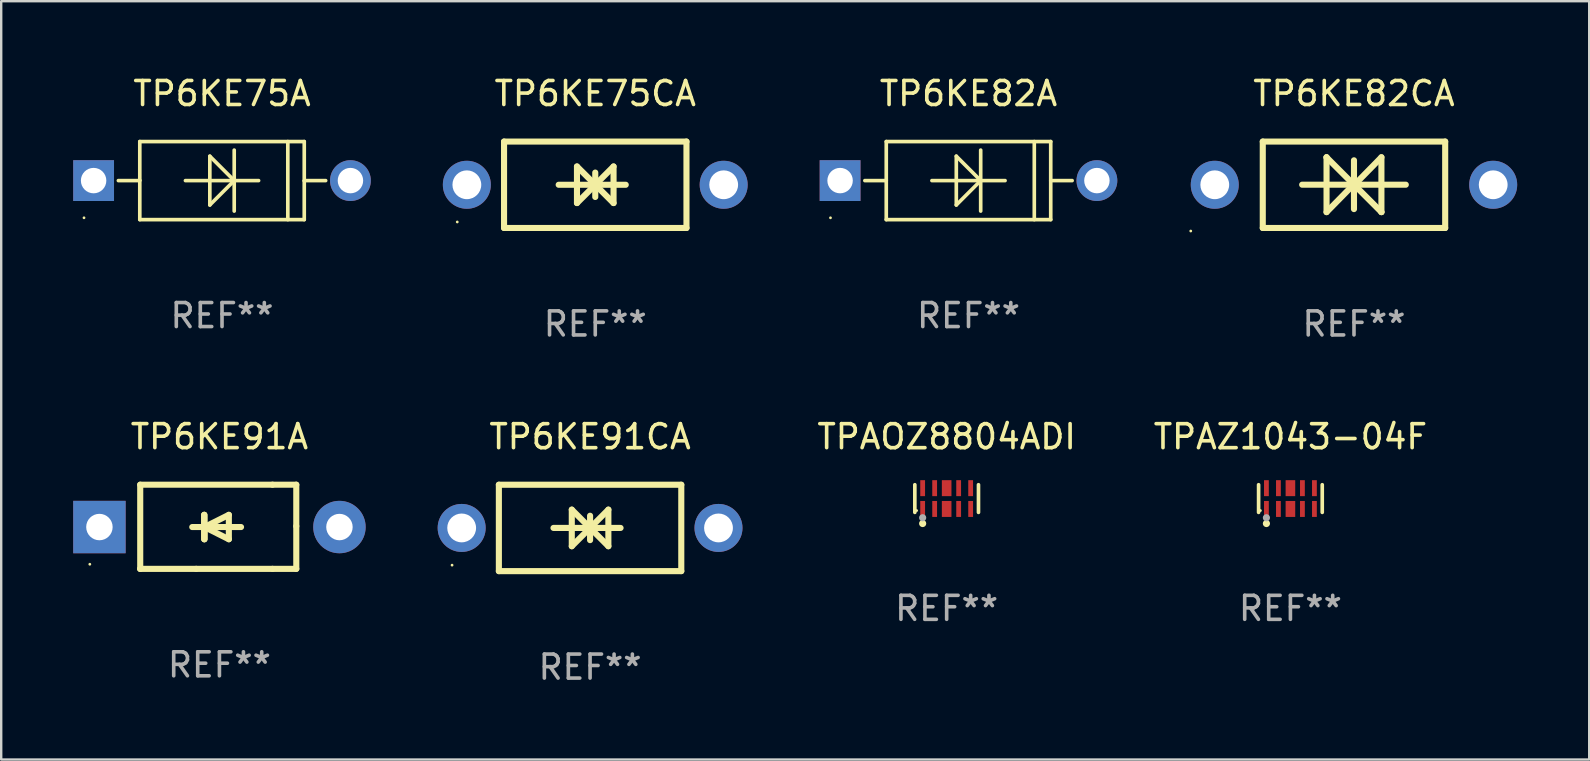
<source format=kicad_pcb>
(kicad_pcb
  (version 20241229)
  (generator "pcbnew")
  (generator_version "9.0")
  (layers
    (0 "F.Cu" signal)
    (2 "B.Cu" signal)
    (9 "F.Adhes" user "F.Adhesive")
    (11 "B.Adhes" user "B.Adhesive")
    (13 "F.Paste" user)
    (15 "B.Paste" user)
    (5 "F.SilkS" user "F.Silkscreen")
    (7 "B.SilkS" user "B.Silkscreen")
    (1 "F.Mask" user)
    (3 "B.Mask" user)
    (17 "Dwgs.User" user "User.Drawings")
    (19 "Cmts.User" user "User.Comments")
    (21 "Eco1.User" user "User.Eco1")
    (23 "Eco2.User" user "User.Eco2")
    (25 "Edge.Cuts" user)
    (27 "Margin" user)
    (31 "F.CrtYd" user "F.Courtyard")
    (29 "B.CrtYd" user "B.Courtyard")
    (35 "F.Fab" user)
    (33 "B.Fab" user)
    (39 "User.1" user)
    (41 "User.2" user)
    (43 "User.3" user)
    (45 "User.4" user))
  (footprint "TP6KE91CA"
    (layer "F.Cu")
    (at 21.534 18.945)
    (property "Reference" "TP6KE91CA" (at 0 -3.8 0) (layer "F.SilkS") (effects (font (size 1 1) (thickness 0.15))))
    (attr through_hole)
    (fp_line (start -3.8 -1.8) (end -3.8 1.8) (stroke (width 0.254) (type solid)) (layer "F.SilkS"))
    (fp_line (start -3.8 -1.8) (end 3.8 -1.8) (stroke (width 0.254) (type solid)) (layer "F.SilkS"))
    (fp_line (start -3.8 1.8) (end 3.8 1.8) (stroke (width 0.254) (type solid)) (layer "F.SilkS"))
    (fp_line (start -1.524 0) (end 1.27 0) (stroke (width 0.254) (type solid)) (layer "F.SilkS"))
    (fp_line (start -0.762 -0.762) (end 0.762 0.762) (stroke (width 0.254) (type solid)) (layer "F.SilkS"))
    (fp_line (start -0.762 0.762) (end -0.762 -0.762) (stroke (width 0.254) (type solid)) (layer "F.SilkS"))
    (fp_line (start 0 -0.508) (end 0 0.508) (stroke (width 0.254) (type solid)) (layer "F.SilkS"))
    (fp_line (start 0.762 -0.762) (end -0.762 0.762) (stroke (width 0.254) (type solid)) (layer "F.SilkS"))
    (fp_line (start 0.762 0.762) (end 0.762 -0.762) (stroke (width 0.254) (type solid)) (layer "F.SilkS"))
    (fp_line (start 3.8 -1.8) (end 3.8 1.8) (stroke (width 0.254) (type solid)) (layer "F.SilkS"))
    (fp_circle (center -5.75 1.55) (end -5.72 1.55) (stroke (width 0.06) (type solid)) (fill no) (layer "F.SilkS"))
    (fp_text user "REF**" (at 0 5.8 0) (layer "F.Fab") (effects (font (size 1 1) (thickness 0.15))))
    (pad "1" thru_hole circle (at -5.35 0) (size 2 2) (drill 1.2) (layers "*.Cu" "*.Mask"))
    (pad "2" thru_hole circle (at 5.35 0) (size 2 2) (drill 1.2) (layers "*.Cu" "*.Mask")))
  (footprint "TPAZ1043-04F"
    (layer "F.Cu")
    (at 50.712 17.721)
    (property "Reference" "TPAZ1043-04F" (at 0 -2.576 0) (layer "F.SilkS") (effects (font (size 1 1) (thickness 0.15))))
    (attr through_hole)
    (fp_line (start -1.326 0.576) (end -1.326 -0.576) (stroke (width 0.152) (type solid)) (layer "F.SilkS"))
    (fp_line (start 1.326 0.576) (end 1.326 -0.576) (stroke (width 0.152) (type solid)) (layer "F.SilkS"))
    (fp_circle (center -1.25 0.5) (end -1.22 0.5) (stroke (width 0.06) (type solid)) (fill no) (layer "F.SilkS"))
    (fp_circle (center -1 1.04) (end -0.925 1.04) (stroke (width 0.15) (type solid)) (fill no) (layer "F.SilkS"))
    (fp_circle (center -1 0.8) (end -0.925 0.8) (stroke (width 0.15) (type solid)) (fill no) (layer "F.Fab"))
    (fp_text user "REF**" (at 0 4.576 0) (layer "F.Fab") (effects (font (size 1 1) (thickness 0.15))))
    (pad "1" smd rect (at -1 0.433) (size 0.2 0.665) (layers "F.Cu" "F.Mask" "F.Paste"))
    (pad "2" smd rect (at -0.5 0.433) (size 0.2 0.665) (layers "F.Cu" "F.Mask" "F.Paste"))
    (pad "3" smd rect (at 0 0.433) (size 0.4 0.665) (layers "F.Cu" "F.Mask" "F.Paste"))
    (pad "4" smd rect (at 0.5 0.433) (size 0.2 0.665) (layers "F.Cu" "F.Mask" "F.Paste"))
    (pad "5" smd rect (at 1 0.433) (size 0.2 0.665) (layers "F.Cu" "F.Mask" "F.Paste"))
    (pad "6" smd rect (at 1 -0.433) (size 0.2 0.665) (layers "F.Cu" "F.Mask" "F.Paste"))
    (pad "7" smd rect (at 0.5 -0.433) (size 0.2 0.665) (layers "F.Cu" "F.Mask" "F.Paste"))
    (pad "8" smd rect (at 0 -0.433) (size 0.4 0.665) (layers "F.Cu" "F.Mask" "F.Paste"))
    (pad "9" smd rect (at -0.5 -0.433) (size 0.2 0.665) (layers "F.Cu" "F.Mask" "F.Paste"))
    (pad "10" smd rect (at -1 -0.433) (size 0.2 0.665) (layers "F.Cu" "F.Mask" "F.Paste")))
  (footprint "TP6KE75CA"
    (layer "F.Cu")
    (at 21.75 4.648)
    (property "Reference" "TP6KE75CA" (at 0 -3.8 0) (layer "F.SilkS") (effects (font (size 1 1) (thickness 0.15))))
    (attr through_hole)
    (fp_line (start -3.8 -1.8) (end -3.8 1.8) (stroke (width 0.254) (type solid)) (layer "F.SilkS"))
    (fp_line (start -3.8 -1.8) (end 3.8 -1.8) (stroke (width 0.254) (type solid)) (layer "F.SilkS"))
    (fp_line (start -3.8 1.8) (end 3.8 1.8) (stroke (width 0.254) (type solid)) (layer "F.SilkS"))
    (fp_line (start -1.524 0) (end 1.27 0) (stroke (width 0.254) (type solid)) (layer "F.SilkS"))
    (fp_line (start -0.762 -0.762) (end 0.762 0.762) (stroke (width 0.254) (type solid)) (layer "F.SilkS"))
    (fp_line (start -0.762 0.762) (end -0.762 -0.762) (stroke (width 0.254) (type solid)) (layer "F.SilkS"))
    (fp_line (start 0 -0.508) (end 0 0.508) (stroke (width 0.254) (type solid)) (layer "F.SilkS"))
    (fp_line (start 0.762 -0.762) (end -0.762 0.762) (stroke (width 0.254) (type solid)) (layer "F.SilkS"))
    (fp_line (start 0.762 0.762) (end 0.762 -0.762) (stroke (width 0.254) (type solid)) (layer "F.SilkS"))
    (fp_line (start 3.8 -1.8) (end 3.8 1.8) (stroke (width 0.254) (type solid)) (layer "F.SilkS"))
    (fp_circle (center -5.75 1.55) (end -5.72 1.55) (stroke (width 0.06) (type solid)) (fill no) (layer "F.SilkS"))
    (fp_text user "REF**" (at 0 5.8 0) (layer "F.Fab") (effects (font (size 1 1) (thickness 0.15))))
    (pad "1" thru_hole circle (at -5.35 0) (size 2 2) (drill 1.2) (layers "*.Cu" "*.Mask"))
    (pad "2" thru_hole circle (at 5.35 0) (size 2 2) (drill 1.2) (layers "*.Cu" "*.Mask")))
  (footprint "TP6KE82CA"
    (layer "F.Cu")
    (at 53.36 4.648)
    (property "Reference" "TP6KE82CA" (at 0 -3.8 0) (layer "F.SilkS") (effects (font (size 1 1) (thickness 0.15))))
    (attr through_hole)
    (fp_line (start -3.8 -1.8) (end -3.8 1.8) (stroke (width 0.254) (type solid)) (layer "F.SilkS"))
    (fp_line (start -3.8 -1.8) (end 3.8 -1.8) (stroke (width 0.254) (type solid)) (layer "F.SilkS"))
    (fp_line (start -3.8 1.8) (end 3.8 1.8) (stroke (width 0.254) (type solid)) (layer "F.SilkS"))
    (fp_line (start -2.159 -0.003) (end 2.159 -0.003) (stroke (width 0.254) (type solid)) (layer "F.SilkS"))
    (fp_line (start -1.143 -1.146) (end -1.143 1.14) (stroke (width 0.254) (type solid)) (layer "F.SilkS"))
    (fp_line (start -1.143 -1.143) (end -1.143 -1.146) (stroke (width 0.254) (type solid)) (layer "F.SilkS"))
    (fp_line (start 0 -1.019) (end 0 1.013) (stroke (width 0.254) (type solid)) (layer "F.SilkS"))
    (fp_line (start 0 -0.026) (end -1.143 1.14) (stroke (width 0.254) (type solid)) (layer "F.SilkS"))
    (fp_line (start 0 -0.006) (end 1.143 1.137) (stroke (width 0.254) (type solid)) (layer "F.SilkS"))
    (fp_line (start 0 0) (end -1.143 -1.143) (stroke (width 0.254) (type solid)) (layer "F.SilkS"))
    (fp_line (start 0 0.02) (end 1.143 -1.146) (stroke (width 0.254) (type solid)) (layer "F.SilkS"))
    (fp_line (start 1.143 1.137) (end 1.143 1.14) (stroke (width 0.254) (type solid)) (layer "F.SilkS"))
    (fp_line (start 1.143 1.14) (end 1.143 -1.146) (stroke (width 0.254) (type solid)) (layer "F.SilkS"))
    (fp_line (start 3.8 -1.8) (end 3.8 1.8) (stroke (width 0.254) (type solid)) (layer "F.SilkS"))
    (fp_circle (center -6.8 1.927) (end -6.77 1.927) (stroke (width 0.06) (type solid)) (fill no) (layer "F.SilkS"))
    (fp_text user "REF**" (at 0 5.8 0) (layer "F.Fab") (effects (font (size 1 1) (thickness 0.15))))
    (pad "1" thru_hole circle (at -5.8 0) (size 2 2) (drill 1.2) (layers "*.Cu" "*.Mask"))
    (pad "2" thru_hole circle (at 5.8 0) (size 2 2) (drill 1.2) (layers "*.Cu" "*.Mask")))
  (footprint "TPAOZ8804ADI"
    (layer "F.Cu")
    (at 36.39 17.721)
    (property "Reference" "TPAOZ8804ADI" (at 0 -2.576 0) (layer "F.SilkS") (effects (font (size 1 1) (thickness 0.15))))
    (attr through_hole)
    (fp_line (start -1.326 0.576) (end -1.326 -0.576) (stroke (width 0.152) (type solid)) (layer "F.SilkS"))
    (fp_line (start 1.326 0.576) (end 1.326 -0.576) (stroke (width 0.152) (type solid)) (layer "F.SilkS"))
    (fp_circle (center -1.25 0.5) (end -1.22 0.5) (stroke (width 0.06) (type solid)) (fill no) (layer "F.SilkS"))
    (fp_circle (center -1 1.04) (end -0.925 1.04) (stroke (width 0.15) (type solid)) (fill no) (layer "F.SilkS"))
    (fp_circle (center -1 0.8) (end -0.925 0.8) (stroke (width 0.15) (type solid)) (fill no) (layer "F.Fab"))
    (fp_text user "REF**" (at 0 4.576 0) (layer "F.Fab") (effects (font (size 1 1) (thickness 0.15))))
    (pad "1" smd rect (at -1 0.433) (size 0.2 0.665) (layers "F.Cu" "F.Mask" "F.Paste"))
    (pad "2" smd rect (at -0.5 0.433) (size 0.2 0.665) (layers "F.Cu" "F.Mask" "F.Paste"))
    (pad "3" smd rect (at 0 0.433) (size 0.4 0.665) (layers "F.Cu" "F.Mask" "F.Paste"))
    (pad "4" smd rect (at 0.5 0.433) (size 0.2 0.665) (layers "F.Cu" "F.Mask" "F.Paste"))
    (pad "5" smd rect (at 1 0.433) (size 0.2 0.665) (layers "F.Cu" "F.Mask" "F.Paste"))
    (pad "6" smd rect (at 1 -0.433) (size 0.2 0.665) (layers "F.Cu" "F.Mask" "F.Paste"))
    (pad "7" smd rect (at 0.5 -0.433) (size 0.2 0.665) (layers "F.Cu" "F.Mask" "F.Paste"))
    (pad "8" smd rect (at 0 -0.433) (size 0.4 0.665) (layers "F.Cu" "F.Mask" "F.Paste"))
    (pad "9" smd rect (at -0.5 -0.433) (size 0.2 0.665) (layers "F.Cu" "F.Mask" "F.Paste"))
    (pad "10" smd rect (at -1 -0.433) (size 0.2 0.665) (layers "F.Cu" "F.Mask" "F.Paste")))
  (footprint "TP6KE82A"
    (layer "F.Cu")
    (at 37.3 4.474)
    (property "Reference" "TP6KE82A" (at 0 -3.626 0) (layer "F.SilkS") (effects (font (size 1 1) (thickness 0.15))))
    (attr through_hole)
    (fp_line (start -3.436 0) (end -4.318 0) (stroke (width 0.152) (type solid)) (layer "F.SilkS"))
    (fp_line (start -3.426 -0.01) (end -3.436 0) (stroke (width 0.152) (type solid)) (layer "F.SilkS"))
    (fp_line (start -3.426 -1.626) (end 3.426 -1.626) (stroke (width 0.152) (type solid)) (layer "F.SilkS"))
    (fp_line (start -3.426 1.626) (end -3.426 -1.626) (stroke (width 0.152) (type solid)) (layer "F.SilkS"))
    (fp_line (start -0.508 -1.016) (end 0.508 0) (stroke (width 0.152) (type solid)) (layer "F.SilkS"))
    (fp_line (start -0.508 1.016) (end -0.508 -1.016) (stroke (width 0.152) (type solid)) (layer "F.SilkS"))
    (fp_line (start 0.508 0) (end -0.508 1.016) (stroke (width 0.152) (type solid)) (layer "F.SilkS"))
    (fp_line (start 0.508 1.27) (end 0.508 -1.27) (stroke (width 0.152) (type solid)) (layer "F.SilkS"))
    (fp_line (start 1.524 0) (end -1.524 0) (stroke (width 0.152) (type solid)) (layer "F.SilkS"))
    (fp_line (start 2.741 1.626) (end 2.741 -1.626) (stroke (width 0.152) (type solid)) (layer "F.SilkS"))
    (fp_line (start 3.426 -1.626) (end 3.426 1.626) (stroke (width 0.152) (type solid)) (layer "F.SilkS"))
    (fp_line (start 3.426 0.01) (end 3.436 0) (stroke (width 0.152) (type solid)) (layer "F.SilkS"))
    (fp_line (start 3.426 1.626) (end -3.426 1.626) (stroke (width 0.152) (type solid)) (layer "F.SilkS"))
    (fp_line (start 3.436 0) (end 4.318 0) (stroke (width 0.152) (type solid)) (layer "F.SilkS"))
    (fp_circle (center -5.75 1.55) (end -5.72 1.55) (stroke (width 0.06) (type solid)) (fill no) (layer "F.SilkS"))
    (fp_text user "REF**" (at 0 5.626 0) (layer "F.Fab") (effects (font (size 1 1) (thickness 0.15))))
    (pad "1" thru_hole rect (at -5.35 0) (size 1.7 1.7) (drill 1.06) (layers "*.Cu" "*.Mask"))
    (pad "2" thru_hole circle (at 5.35 0) (size 1.7 1.7) (drill 1.06) (layers "*.Cu" "*.Mask")))
  (footprint "TP6KE75A"
    (layer "F.Cu")
    (at 6.2 4.474)
    (property "Reference" "TP6KE75A" (at 0 -3.626 0) (layer "F.SilkS") (effects (font (size 1 1) (thickness 0.15))))
    (attr through_hole)
    (fp_line (start -3.436 0) (end -4.318 0) (stroke (width 0.152) (type solid)) (layer "F.SilkS"))
    (fp_line (start -3.426 -0.01) (end -3.436 0) (stroke (width 0.152) (type solid)) (layer "F.SilkS"))
    (fp_line (start -3.426 -1.626) (end 3.426 -1.626) (stroke (width 0.152) (type solid)) (layer "F.SilkS"))
    (fp_line (start -3.426 1.626) (end -3.426 -1.626) (stroke (width 0.152) (type solid)) (layer "F.SilkS"))
    (fp_line (start -0.508 -1.016) (end 0.508 0) (stroke (width 0.152) (type solid)) (layer "F.SilkS"))
    (fp_line (start -0.508 1.016) (end -0.508 -1.016) (stroke (width 0.152) (type solid)) (layer "F.SilkS"))
    (fp_line (start 0.508 0) (end -0.508 1.016) (stroke (width 0.152) (type solid)) (layer "F.SilkS"))
    (fp_line (start 0.508 1.27) (end 0.508 -1.27) (stroke (width 0.152) (type solid)) (layer "F.SilkS"))
    (fp_line (start 1.524 0) (end -1.524 0) (stroke (width 0.152) (type solid)) (layer "F.SilkS"))
    (fp_line (start 2.741 1.626) (end 2.741 -1.626) (stroke (width 0.152) (type solid)) (layer "F.SilkS"))
    (fp_line (start 3.426 -1.626) (end 3.426 1.626) (stroke (width 0.152) (type solid)) (layer "F.SilkS"))
    (fp_line (start 3.426 0.01) (end 3.436 0) (stroke (width 0.152) (type solid)) (layer "F.SilkS"))
    (fp_line (start 3.426 1.626) (end -3.426 1.626) (stroke (width 0.152) (type solid)) (layer "F.SilkS"))
    (fp_line (start 3.436 0) (end 4.318 0) (stroke (width 0.152) (type solid)) (layer "F.SilkS"))
    (fp_circle (center -5.75 1.55) (end -5.72 1.55) (stroke (width 0.06) (type solid)) (fill no) (layer "F.SilkS"))
    (fp_text user "REF**" (at 0 5.626 0) (layer "F.Fab") (effects (font (size 1 1) (thickness 0.15))))
    (pad "1" thru_hole rect (at -5.35 0) (size 1.7 1.7) (drill 1.06) (layers "*.Cu" "*.Mask"))
    (pad "2" thru_hole circle (at 5.35 0) (size 1.7 1.7) (drill 1.06) (layers "*.Cu" "*.Mask")))
  (footprint "TP6KE91A"
    (layer "F.Cu")
    (at 6.092 18.897)
    (property "Reference" "TP6KE91A" (at 0 -3.753 0) (layer "F.SilkS") (effects (font (size 1 1) (thickness 0.15))))
    (attr through_hole)
    (fp_line (start -3.3 -1.753) (end 2.212 -1.753) (stroke (width 0.254) (type solid)) (layer "F.SilkS"))
    (fp_line (start -3.3 1.753) (end -3.3 -1.753) (stroke (width 0.254) (type solid)) (layer "F.SilkS"))
    (fp_line (start -3.3 1.753) (end -3.3 1.753) (stroke (width 0.254) (type solid)) (layer "F.SilkS"))
    (fp_line (start -0.968 1.753) (end -3.3 1.753) (stroke (width 0.254) (type solid)) (layer "F.SilkS"))
    (fp_line (start -0.636 -0.497) (end -0.636 0.519) (stroke (width 0.254) (type solid)) (layer "F.SilkS"))
    (fp_line (start -0.636 0.011) (end -0.636 -0.497) (stroke (width 0.254) (type solid)) (layer "F.SilkS"))
    (fp_line (start -0.624 0.011) (end -0.624 0.519) (stroke (width 0.254) (type solid)) (layer "F.SilkS"))
    (fp_line (start -0.624 0.011) (end 0.392 0.519) (stroke (width 0.254) (type solid)) (layer "F.SilkS"))
    (fp_line (start -0.624 0.519) (end -0.624 -0.497) (stroke (width 0.254) (type solid)) (layer "F.SilkS"))
    (fp_line (start 0.392 -0.497) (end -0.624 0.011) (stroke (width 0.254) (type solid)) (layer "F.SilkS"))
    (fp_line (start 0.392 0.519) (end 0.392 -0.497) (stroke (width 0.254) (type solid)) (layer "F.SilkS"))
    (fp_line (start 0.9 0.011) (end -1.132 0.011) (stroke (width 0.254) (type solid)) (layer "F.SilkS"))
    (fp_line (start 2.212 -1.753) (end 3.202 -1.753) (stroke (width 0.254) (type solid)) (layer "F.SilkS"))
    (fp_line (start 2.212 1.753) (end -0.968 1.753) (stroke (width 0.254) (type solid)) (layer "F.SilkS"))
    (fp_line (start 3.202 -1.753) (end 3.202 -0.025) (stroke (width 0.254) (type solid)) (layer "F.SilkS"))
    (fp_line (start 3.202 -0.025) (end 3.202 1.753) (stroke (width 0.254) (type solid)) (layer "F.SilkS"))
    (fp_line (start 3.202 1.753) (end 2.212 1.753) (stroke (width 0.254) (type solid)) (layer "F.SilkS"))
    (fp_circle (center -5.4 1.561) (end -5.37 1.561) (stroke (width 0.06) (type solid)) (fill no) (layer "F.SilkS"))
    (fp_text user "REF**" (at 0 5.753 0) (layer "F.Fab") (effects (font (size 1 1) (thickness 0.15))))
    (pad "1" thru_hole rect (at -5 0.011 180) (size 2.184 2.184) (drill 1.102) (layers "*.Cu" "*.Mask"))
    (pad "2" thru_hole circle (at 5 0.011) (size 2.184 2.184) (drill 1.102) (layers "*.Cu" "*.Mask")))
  (gr_rect
    (start -3 -3)
    (end 63.16 28.593)
    (stroke (width 0.1) (type default))
    (fill no)
    (layer "Edge.Cuts")))
</source>
